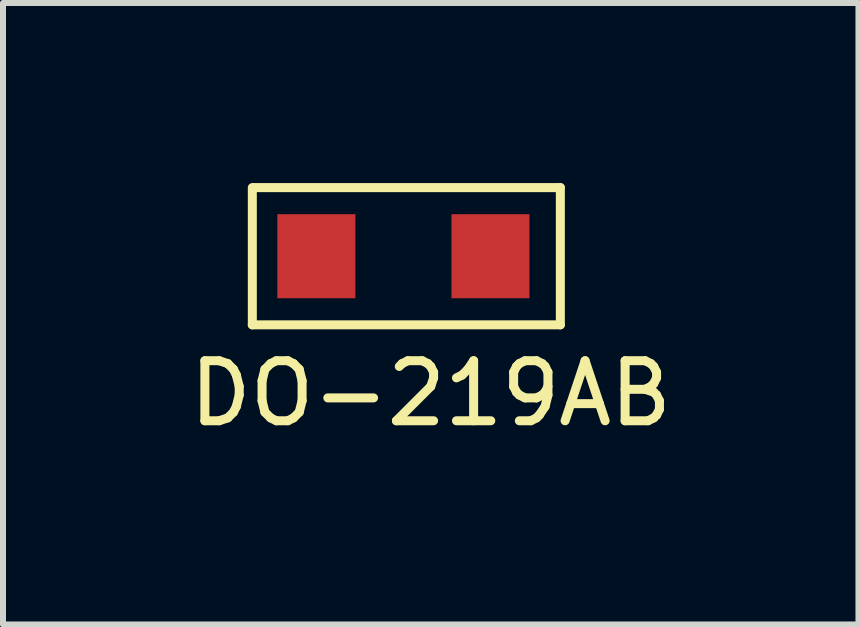
<source format=kicad_pcb>
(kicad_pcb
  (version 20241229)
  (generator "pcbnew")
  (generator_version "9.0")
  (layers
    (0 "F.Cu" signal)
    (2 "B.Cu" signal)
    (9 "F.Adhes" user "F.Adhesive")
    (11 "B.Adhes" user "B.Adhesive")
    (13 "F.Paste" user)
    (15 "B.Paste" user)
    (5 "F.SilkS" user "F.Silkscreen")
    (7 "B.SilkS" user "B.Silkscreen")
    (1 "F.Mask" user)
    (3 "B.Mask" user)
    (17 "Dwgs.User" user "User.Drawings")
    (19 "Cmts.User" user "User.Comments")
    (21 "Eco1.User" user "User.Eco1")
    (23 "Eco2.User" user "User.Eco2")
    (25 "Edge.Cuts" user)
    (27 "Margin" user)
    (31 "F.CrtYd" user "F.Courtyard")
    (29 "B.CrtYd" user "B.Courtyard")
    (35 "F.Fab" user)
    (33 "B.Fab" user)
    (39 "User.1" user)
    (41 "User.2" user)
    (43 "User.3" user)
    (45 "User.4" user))
  (footprint "DO-219AB"
    (layer "F.Cu")
    (at 3.693 1.091)
    (property "Reference" "DO-219AB" (at 0.432 2.413 0) (layer "F.SilkS") (effects (font (size 1 1) (thickness 0.15))))
    (attr through_hole)
    (fp_line (start -2.54 1.27) (end -2.54 -1.016) (stroke (width 0.15) (type solid)) (layer "F.SilkS"))
    (fp_line (start -2.515 -1.016) (end 2.591 -1.016) (stroke (width 0.15) (type solid)) (layer "F.SilkS"))
    (fp_line (start 2.591 -1.016) (end 2.591 1.27) (stroke (width 0.15) (type solid)) (layer "F.SilkS"))
    (fp_line (start 2.591 1.27) (end -2.54 1.27) (stroke (width 0.15) (type solid)) (layer "F.SilkS"))
    (pad "1" smd rect (at -1.473 0.127) (size 1.3 1.4) (layers "F.Cu" "F.Mask" "F.Paste"))
    (pad "2" smd rect (at 1.427 0.127) (size 1.3 1.4) (layers "F.Cu" "F.Mask" "F.Paste")))
  (gr_rect
    (start -3 -3)
    (end 11.25 7.352)
    (stroke (width 0.1) (type default))
    (fill no)
    (layer "Edge.Cuts")))
</source>
